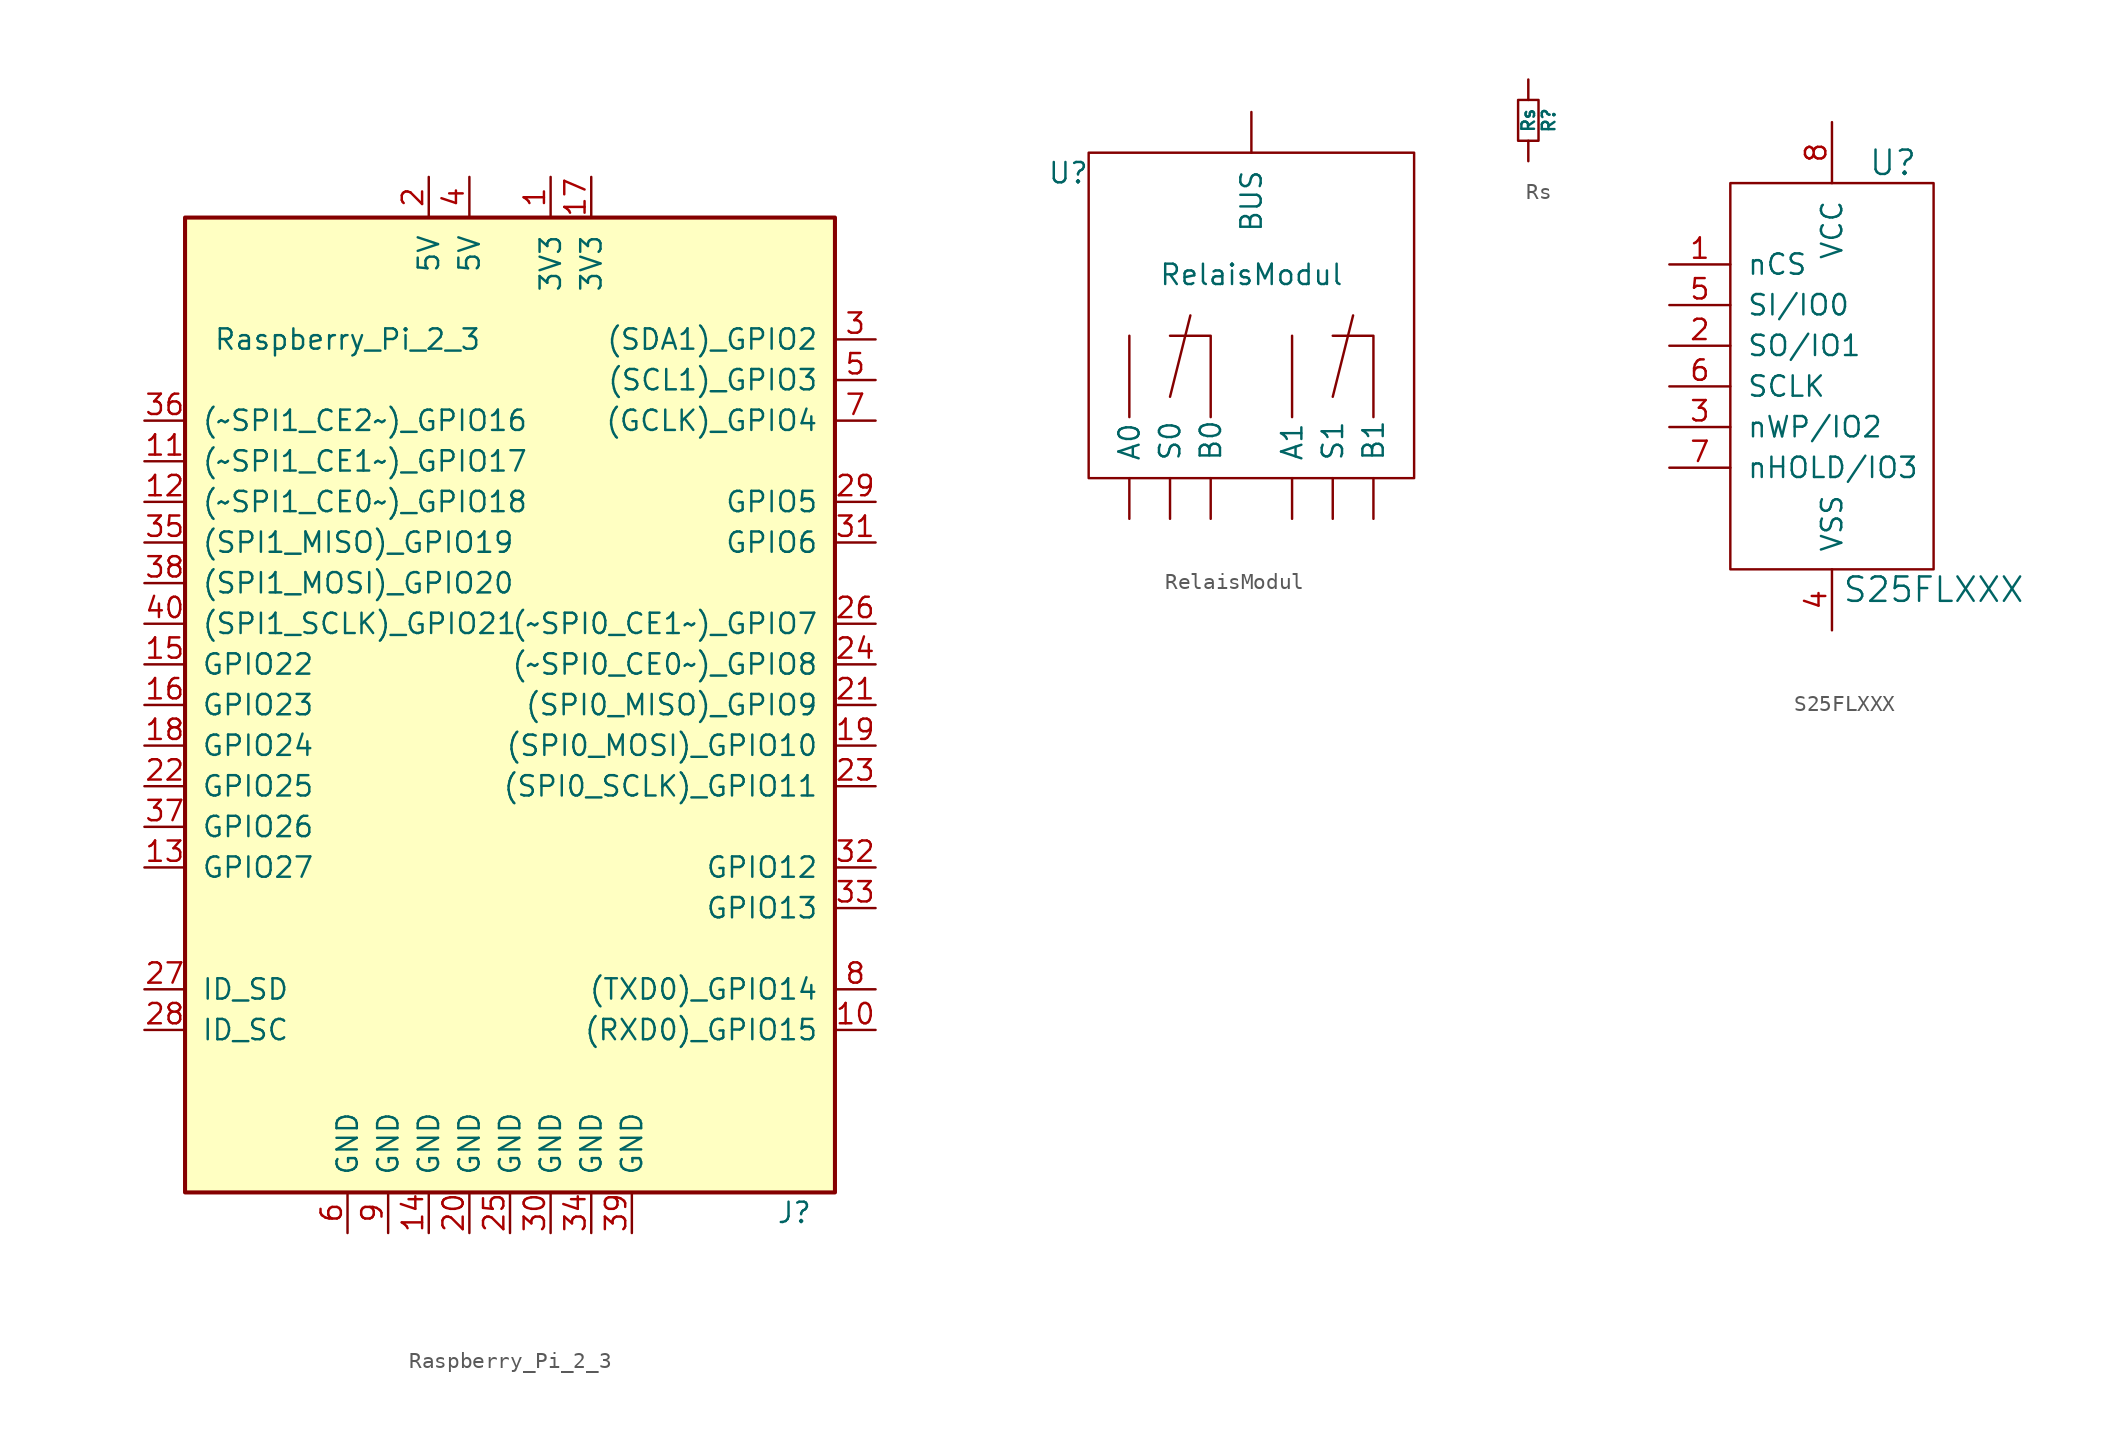
<source format=kicad_sym>
(kicad_symbol_lib
  (version 20210619)
  (generator kicad_symbol_editor)
  (symbol "tinkerforge:Raspberry_Pi_2_3"
    (pin_names
      (offset 1.016))
    (property "Reference" "J"
      (at 17.78 -31.75 0)
      (effects (font (size 1.27 1.27))))
    (property "Value" "Raspberry_Pi_2_3"
      (at -10.16 22.86 0)
      (effects (font (size 1.27 1.27))))
    (symbol "Raspberry_Pi_2_3_0_1"
      (rectangle (start -20.32 30.48) (end 20.32 -30.48) (stroke (width 0.254)) (fill (type background))))
    (symbol "Raspberry_Pi_2_3_1_1"
      (pin power_out line (at 2.54 33.02 270) (length 2.54) (name "3V3" (effects (font (size 1.27 1.27)))) (number "1" (effects (font (size 1.27 1.27)))))
      (pin bidirectional line (at 22.86 -20.32 180) (length 2.54) (name "(RXD0)_GPIO15" (effects (font (size 1.27 1.27)))) (number "10" (effects (font (size 1.27 1.27)))))
      (pin bidirectional line (at -22.86 15.24 0) (length 2.54) (name "(~SPI1_CE1~)_GPIO17" (effects (font (size 1.27 1.27)))) (number "11" (effects (font (size 1.27 1.27)))))
      (pin bidirectional line (at -22.86 12.7 0) (length 2.54) (name "(~SPI1_CE0~)_GPIO18" (effects (font (size 1.27 1.27)))) (number "12" (effects (font (size 1.27 1.27)))))
      (pin bidirectional line (at -22.86 -10.16 0) (length 2.54) (name "GPIO27" (effects (font (size 1.27 1.27)))) (number "13" (effects (font (size 1.27 1.27)))))
      (pin passive line (at -5.08 -33.02 90) (length 2.54) (name "GND" (effects (font (size 1.27 1.27)))) (number "14" (effects (font (size 1.27 1.27)))))
      (pin bidirectional line (at -22.86 2.54 0) (length 2.54) (name "GPIO22" (effects (font (size 1.27 1.27)))) (number "15" (effects (font (size 1.27 1.27)))))
      (pin bidirectional line (at -22.86 0 0) (length 2.54) (name "GPIO23" (effects (font (size 1.27 1.27)))) (number "16" (effects (font (size 1.27 1.27)))))
      (pin power_out line (at 5.08 33.02 270) (length 2.54) (name "3V3" (effects (font (size 1.27 1.27)))) (number "17" (effects (font (size 1.27 1.27)))))
      (pin bidirectional line (at -22.86 -2.54 0) (length 2.54) (name "GPIO24" (effects (font (size 1.27 1.27)))) (number "18" (effects (font (size 1.27 1.27)))))
      (pin bidirectional line (at 22.86 -2.54 180) (length 2.54) (name "(SPI0_MOSI)_GPIO10" (effects (font (size 1.27 1.27)))) (number "19" (effects (font (size 1.27 1.27)))))
      (pin passive line (at -5.08 33.02 270) (length 2.54) (name "5V" (effects (font (size 1.27 1.27)))) (number "2" (effects (font (size 1.27 1.27)))))
      (pin passive line (at -2.54 -33.02 90) (length 2.54) (name "GND" (effects (font (size 1.27 1.27)))) (number "20" (effects (font (size 1.27 1.27)))))
      (pin bidirectional line (at 22.86 0 180) (length 2.54) (name "(SPI0_MISO)_GPIO9" (effects (font (size 1.27 1.27)))) (number "21" (effects (font (size 1.27 1.27)))))
      (pin bidirectional line (at -22.86 -5.08 0) (length 2.54) (name "GPIO25" (effects (font (size 1.27 1.27)))) (number "22" (effects (font (size 1.27 1.27)))))
      (pin bidirectional line (at 22.86 -5.08 180) (length 2.54) (name "(SPI0_SCLK)_GPIO11" (effects (font (size 1.27 1.27)))) (number "23" (effects (font (size 1.27 1.27)))))
      (pin bidirectional line (at 22.86 2.54 180) (length 2.54) (name "(~SPI0_CE0~)_GPIO8" (effects (font (size 1.27 1.27)))) (number "24" (effects (font (size 1.27 1.27)))))
      (pin passive line (at 0 -33.02 90) (length 2.54) (name "GND" (effects (font (size 1.27 1.27)))) (number "25" (effects (font (size 1.27 1.27)))))
      (pin bidirectional line (at 22.86 5.08 180) (length 2.54) (name "(~SPI0_CE1~)_GPIO7" (effects (font (size 1.27 1.27)))) (number "26" (effects (font (size 1.27 1.27)))))
      (pin bidirectional line (at -22.86 -17.78 0) (length 2.54) (name "ID_SD" (effects (font (size 1.27 1.27)))) (number "27" (effects (font (size 1.27 1.27)))))
      (pin bidirectional line (at -22.86 -20.32 0) (length 2.54) (name "ID_SC" (effects (font (size 1.27 1.27)))) (number "28" (effects (font (size 1.27 1.27)))))
      (pin bidirectional line (at 22.86 12.7 180) (length 2.54) (name "GPIO5" (effects (font (size 1.27 1.27)))) (number "29" (effects (font (size 1.27 1.27)))))
      (pin bidirectional line (at 22.86 22.86 180) (length 2.54) (name "(SDA1)_GPIO2" (effects (font (size 1.27 1.27)))) (number "3" (effects (font (size 1.27 1.27)))))
      (pin passive line (at 2.54 -33.02 90) (length 2.54) (name "GND" (effects (font (size 1.27 1.27)))) (number "30" (effects (font (size 1.27 1.27)))))
      (pin bidirectional line (at 22.86 10.16 180) (length 2.54) (name "GPIO6" (effects (font (size 1.27 1.27)))) (number "31" (effects (font (size 1.27 1.27)))))
      (pin bidirectional line (at 22.86 -10.16 180) (length 2.54) (name "GPIO12" (effects (font (size 1.27 1.27)))) (number "32" (effects (font (size 1.27 1.27)))))
      (pin bidirectional line (at 22.86 -12.7 180) (length 2.54) (name "GPIO13" (effects (font (size 1.27 1.27)))) (number "33" (effects (font (size 1.27 1.27)))))
      (pin passive line (at 5.08 -33.02 90) (length 2.54) (name "GND" (effects (font (size 1.27 1.27)))) (number "34" (effects (font (size 1.27 1.27)))))
      (pin bidirectional line (at -22.86 10.16 0) (length 2.54) (name "(SPI1_MISO)_GPIO19" (effects (font (size 1.27 1.27)))) (number "35" (effects (font (size 1.27 1.27)))))
      (pin bidirectional line (at -22.86 17.78 0) (length 2.54) (name "(~SPI1_CE2~)_GPIO16" (effects (font (size 1.27 1.27)))) (number "36" (effects (font (size 1.27 1.27)))))
      (pin bidirectional line (at -22.86 -7.62 0) (length 2.54) (name "GPIO26" (effects (font (size 1.27 1.27)))) (number "37" (effects (font (size 1.27 1.27)))))
      (pin bidirectional line (at -22.86 7.62 0) (length 2.54) (name "(SPI1_MOSI)_GPIO20" (effects (font (size 1.27 1.27)))) (number "38" (effects (font (size 1.27 1.27)))))
      (pin passive line (at 7.62 -33.02 90) (length 2.54) (name "GND" (effects (font (size 1.27 1.27)))) (number "39" (effects (font (size 1.27 1.27)))))
      (pin passive line (at -2.54 33.02 270) (length 2.54) (name "5V" (effects (font (size 1.27 1.27)))) (number "4" (effects (font (size 1.27 1.27)))))
      (pin bidirectional line (at -22.86 5.08 0) (length 2.54) (name "(SPI1_SCLK)_GPIO21" (effects (font (size 1.27 1.27)))) (number "40" (effects (font (size 1.27 1.27)))))
      (pin bidirectional line (at 22.86 20.32 180) (length 2.54) (name "(SCL1)_GPIO3" (effects (font (size 1.27 1.27)))) (number "5" (effects (font (size 1.27 1.27)))))
      (pin passive line (at -10.16 -33.02 90) (length 2.54) (name "GND" (effects (font (size 1.27 1.27)))) (number "6" (effects (font (size 1.27 1.27)))))
      (pin bidirectional line (at 22.86 17.78 180) (length 2.54) (name "(GCLK)_GPIO4" (effects (font (size 1.27 1.27)))) (number "7" (effects (font (size 1.27 1.27)))))
      (pin bidirectional line (at 22.86 -17.78 180) (length 2.54) (name "(TXD0)_GPIO14" (effects (font (size 1.27 1.27)))) (number "8" (effects (font (size 1.27 1.27)))))
      (pin passive line (at -7.62 -33.02 90) (length 2.54) (name "GND" (effects (font (size 1.27 1.27)))) (number "9" (effects (font (size 1.27 1.27)))))))
  (symbol "tinkerforge:RelaisModul"
    (pin_names
      (offset 1.016))
    (property "Reference" "U"
      (at -11.43 12.7 0)
      (effects (font (size 1.27 1.27))))
    (property "Value" "RelaisModul"
      (at 0 6.35 0)
      (effects (font (size 1.27 1.27))))
    (symbol "RelaisModul_0_1"
      (rectangle (start 10.16 -6.35) (end -10.16 13.97) (stroke (width 0)) (fill (type none)))
      (polyline (pts (xy -7.62 -2.54) (xy -7.62 2.54)) (stroke (width 0)) (fill (type none)))
      (polyline (pts (xy -5.08 -1.27) (xy -3.81 3.81)) (stroke (width 0)) (fill (type none)))
      (polyline (pts (xy -2.54 -2.54) (xy -2.54 2.54) (xy -5.08 2.54)) (stroke (width 0)) (fill (type none))))
    (symbol "RelaisModul_1_1"
      (polyline (pts (xy 2.54 -2.54) (xy 2.54 2.54)) (stroke (width 0)) (fill (type none)))
      (polyline (pts (xy 5.08 -1.27) (xy 6.35 3.81)) (stroke (width 0)) (fill (type none)))
      (polyline (pts (xy 7.62 -2.54) (xy 7.62 2.54) (xy 5.08 2.54)) (stroke (width 0)) (fill (type none)))
      (pin output line (at -7.62 -8.89 90) (length 2.54) (name "A0" (effects (font (size 1.27 1.27)))) (number "~" (effects (font (size 1.27 1.27)))))
      (pin output line (at 2.54 -8.89 90) (length 2.54) (name "A1" (effects (font (size 1.27 1.27)))) (number "~" (effects (font (size 1.27 1.27)))))
      (pin output line (at -2.54 -8.89 90) (length 2.54) (name "B0" (effects (font (size 1.27 1.27)))) (number "~" (effects (font (size 1.27 1.27)))))
      (pin output line (at 7.62 -8.89 90) (length 2.54) (name "B1" (effects (font (size 1.27 1.27)))) (number "~" (effects (font (size 1.27 1.27)))))
      (pin output line (at 0 16.51 270) (length 2.54) (name "BUS" (effects (font (size 1.27 1.27)))) (number "~" (effects (font (size 1.27 1.27)))))
      (pin output line (at -5.08 -8.89 90) (length 2.54) (name "S0" (effects (font (size 1.27 1.27)))) (number "~" (effects (font (size 1.27 1.27)))))
      (pin output line (at 5.08 -8.89 90) (length 2.54) (name "S1" (effects (font (size 1.27 1.27)))) (number "~" (effects (font (size 1.27 1.27)))))))
  (symbol "tinkerforge:Rs"
    (pin_numbers hide)
    (pin_names
      (offset 0))
    (property "Reference" "R"
      (at 1.27 0 90)
      (effects (font (size 0.787 0.787))))
    (property "Value" "Rs"
      (at 0 0 90)
      (effects (font (size 0.787 0.787))))
    (property "Footprint" ""
      (at 0 0 0)
      (effects (font (size 1.524 1.524))))
    (property "Datasheet" ""
      (at 0 0 0)
      (effects (font (size 1.524 1.524))))
    (symbol "Rs_0_1"
      (rectangle (start -0.635 1.27) (end 0.635 -1.27) (stroke (width 0)) (fill (type none))))
    (symbol "Rs_1_1"
      (pin passive line (at 0 2.54 270) (length 1.27) (name "~" (effects (font (size 1.524 1.524)))) (number "1" (effects (font (size 1.524 1.524)))))
      (pin passive line (at 0 -2.54 90) (length 1.27) (name "~" (effects (font (size 1.524 1.524)))) (number "2" (effects (font (size 1.524 1.524)))))))
  (symbol "tinkerforge:S25FLXXX"
    (pin_names
      (offset 1.016))
    (property "Reference" "U"
      (at 3.81 12.7 0)
      (effects (font (size 1.524 1.524))))
    (property "Value" "S25FLXXX"
      (at 6.35 -13.97 0)
      (effects (font (size 1.524 1.524))))
    (property "Footprint" ""
      (at 0 5.08 0)
      (effects (font (size 1.524 1.524))))
    (property "Datasheet" ""
      (at 0 5.08 0)
      (effects (font (size 1.524 1.524))))
    (symbol "S25FLXXX_0_1"
      (rectangle (start -6.35 11.43) (end 6.35 -12.7) (stroke (width 0)) (fill (type none))))
    (symbol "S25FLXXX_1_1"
      (pin passive line (at -10.16 6.35 0) (length 3.81) (name "nCS" (effects (font (size 1.27 1.27)))) (number "1" (effects (font (size 1.27 1.27)))))
      (pin passive line (at -10.16 1.27 0) (length 3.81) (name "SO/IO1" (effects (font (size 1.27 1.27)))) (number "2" (effects (font (size 1.27 1.27)))))
      (pin passive line (at -10.16 -3.81 0) (length 3.81) (name "nWP/IO2" (effects (font (size 1.27 1.27)))) (number "3" (effects (font (size 1.27 1.27)))))
      (pin passive line (at 0 -16.51 90) (length 3.81) (name "VSS" (effects (font (size 1.27 1.27)))) (number "4" (effects (font (size 1.27 1.27)))))
      (pin passive line (at -10.16 3.81 0) (length 3.81) (name "SI/IO0" (effects (font (size 1.27 1.27)))) (number "5" (effects (font (size 1.27 1.27)))))
      (pin passive line (at -10.16 -1.27 0) (length 3.81) (name "SCLK" (effects (font (size 1.27 1.27)))) (number "6" (effects (font (size 1.27 1.27)))))
      (pin passive line (at -10.16 -6.35 0) (length 3.81) (name "nHOLD/IO3" (effects (font (size 1.27 1.27)))) (number "7" (effects (font (size 1.27 1.27)))))
      (pin passive line (at 0 15.24 270) (length 3.81) (name "VCC" (effects (font (size 1.27 1.27)))) (number "8" (effects (font (size 1.27 1.27))))))))
</source>
